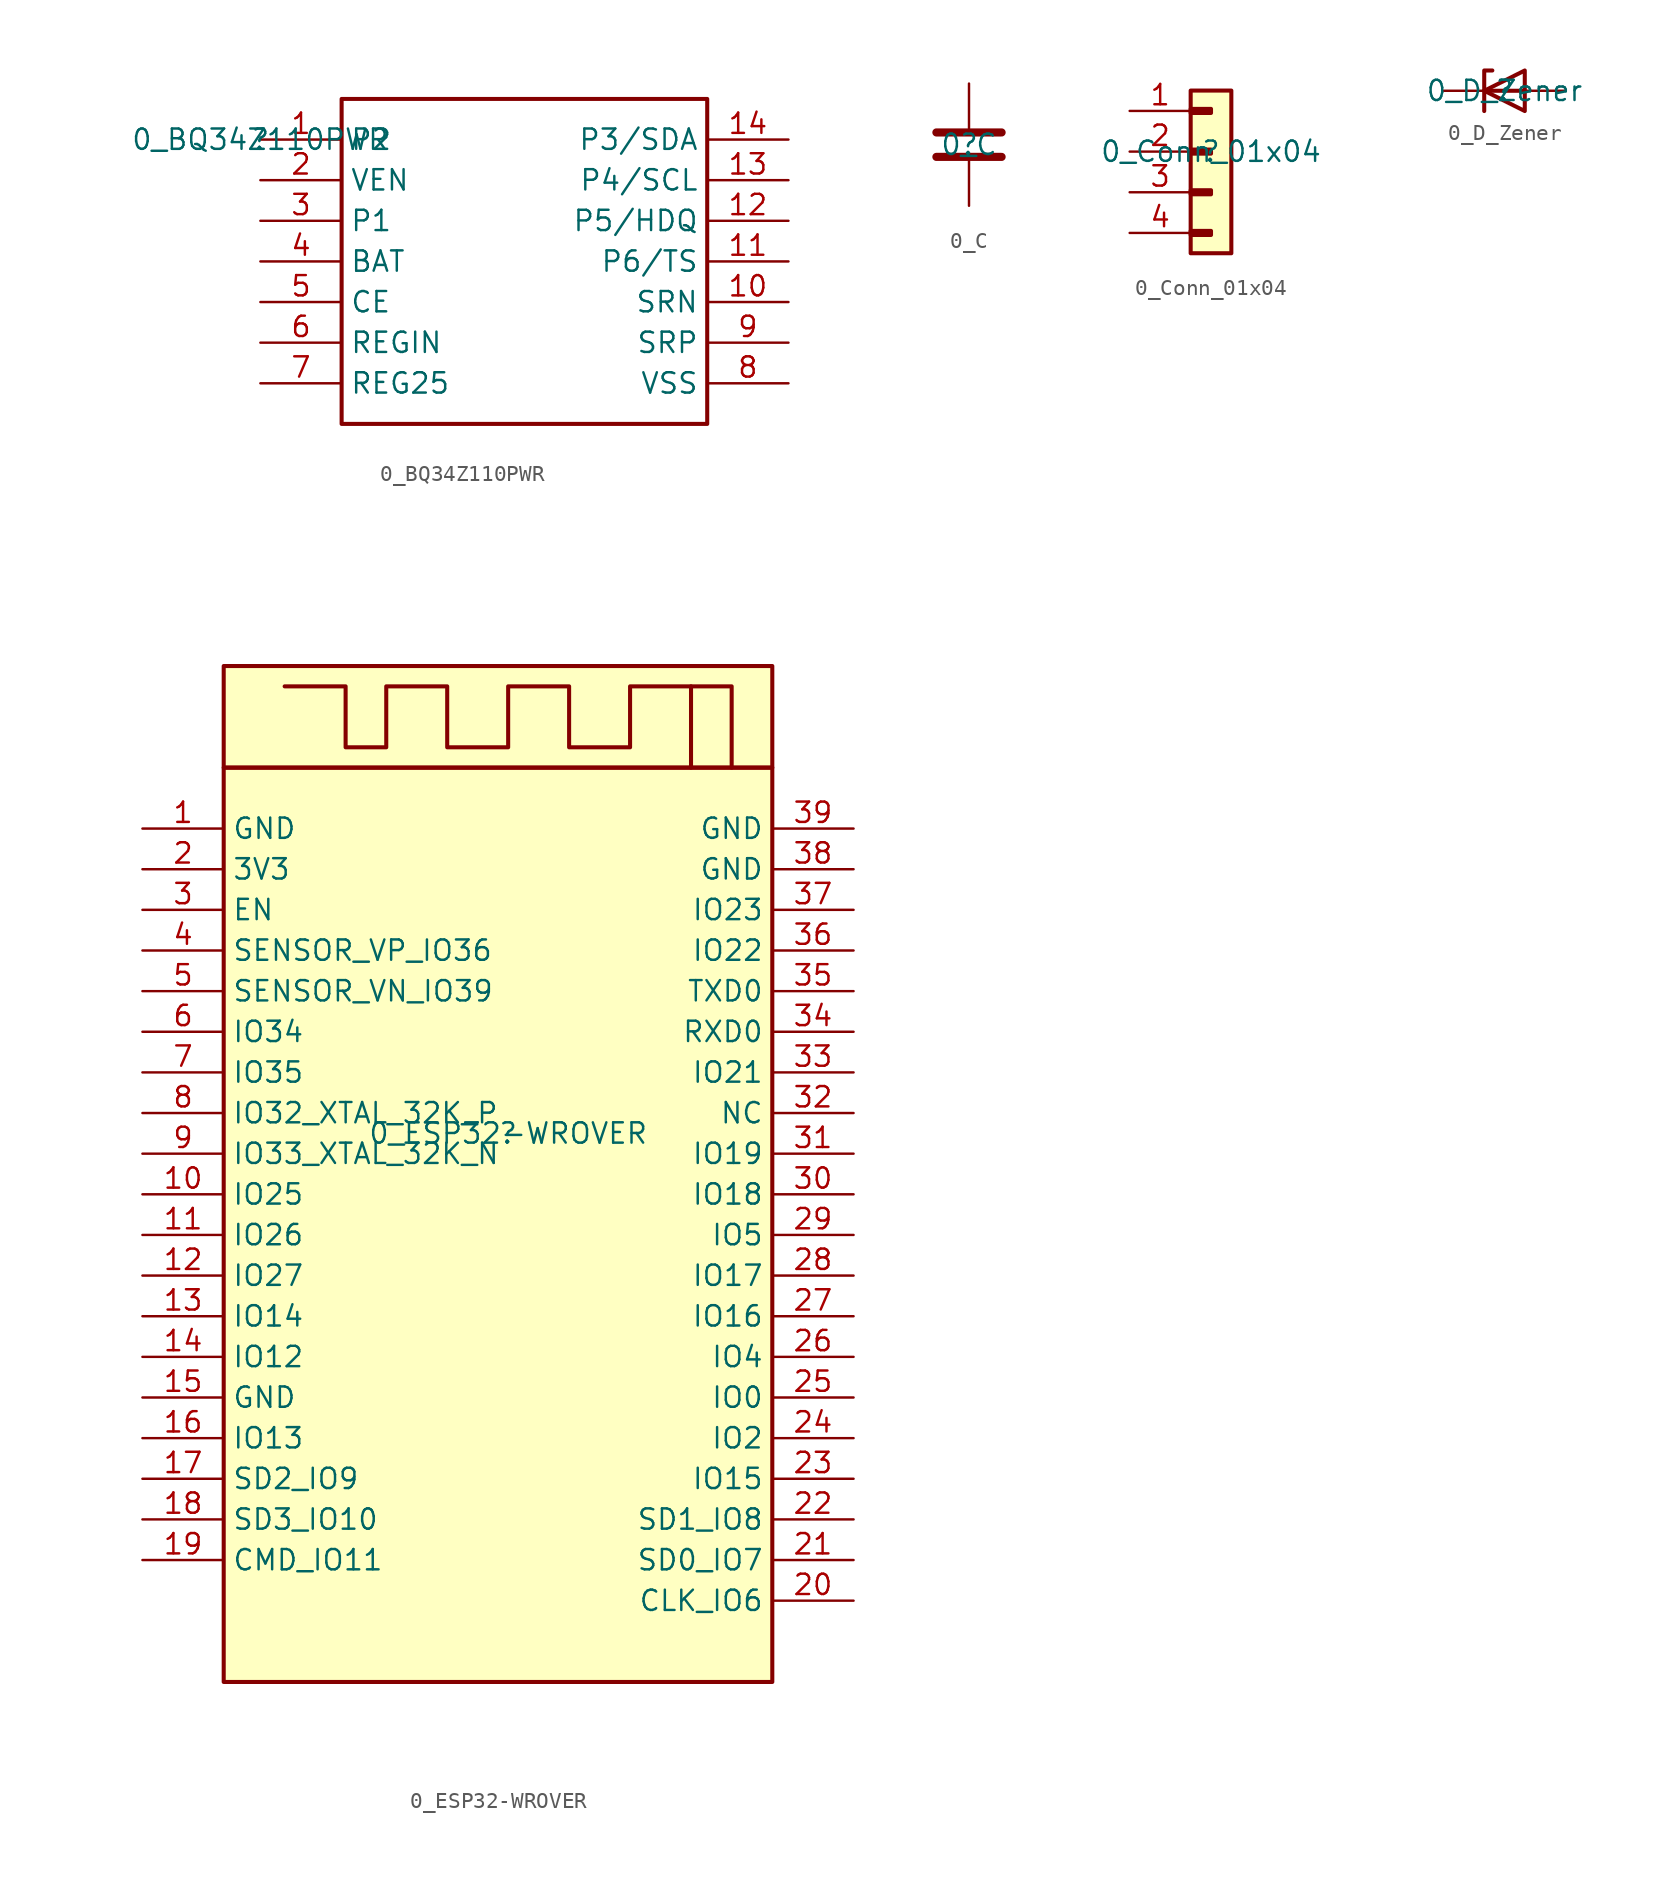
<source format=kicad_sym>
(kicad_symbol_lib
  (version 20211014)
  (generator kicad_symbol_editor)
  (symbol "0_BQ34Z110PWR"
    (property "Reference" ""
      (at 0 0 0)
      (effects (font (size 1.27 1.27))))
    (property "Value" "0_BQ34Z110PWR"
      (at 0 0 0)
      (effects (font (size 1.27 1.27))))
    (symbol "0_BQ34Z110PWR_1_0"
      (polyline (pts (xy 5.08 2.54) (xy 27.94 2.54) (xy 27.94 -17.78) (xy 5.08 -17.78) (xy 5.08 2.54)) (stroke (width 0.254) (type default) (color 0 0 0 0)) (fill (type none)))
      (pin passive line (at 0 0 0) (length 5.08) (name "P2" (effects (font (size 1.27 1.27)))) (number "1" (effects (font (size 1.27 1.27)))))
      (pin passive line (at 33.02 -10.16 180) (length 5.08) (name "SRN" (effects (font (size 1.27 1.27)))) (number "10" (effects (font (size 1.27 1.27)))))
      (pin passive line (at 33.02 -7.62 180) (length 5.08) (name "P6/TS" (effects (font (size 1.27 1.27)))) (number "11" (effects (font (size 1.27 1.27)))))
      (pin passive line (at 33.02 -5.08 180) (length 5.08) (name "P5/HDQ" (effects (font (size 1.27 1.27)))) (number "12" (effects (font (size 1.27 1.27)))))
      (pin passive line (at 33.02 -2.54 180) (length 5.08) (name "P4/SCL" (effects (font (size 1.27 1.27)))) (number "13" (effects (font (size 1.27 1.27)))))
      (pin passive line (at 33.02 0 180) (length 5.08) (name "P3/SDA" (effects (font (size 1.27 1.27)))) (number "14" (effects (font (size 1.27 1.27)))))
      (pin passive line (at 0 -2.54 0) (length 5.08) (name "VEN" (effects (font (size 1.27 1.27)))) (number "2" (effects (font (size 1.27 1.27)))))
      (pin passive line (at 0 -5.08 0) (length 5.08) (name "P1" (effects (font (size 1.27 1.27)))) (number "3" (effects (font (size 1.27 1.27)))))
      (pin passive line (at 0 -7.62 0) (length 5.08) (name "BAT" (effects (font (size 1.27 1.27)))) (number "4" (effects (font (size 1.27 1.27)))))
      (pin passive line (at 0 -10.16 0) (length 5.08) (name "CE" (effects (font (size 1.27 1.27)))) (number "5" (effects (font (size 1.27 1.27)))))
      (pin passive line (at 0 -12.7 0) (length 5.08) (name "REGIN" (effects (font (size 1.27 1.27)))) (number "6" (effects (font (size 1.27 1.27)))))
      (pin passive line (at 0 -15.24 0) (length 5.08) (name "REG25" (effects (font (size 1.27 1.27)))) (number "7" (effects (font (size 1.27 1.27)))))
      (pin passive line (at 33.02 -15.24 180) (length 5.08) (name "VSS" (effects (font (size 1.27 1.27)))) (number "8" (effects (font (size 1.27 1.27)))))
      (pin passive line (at 33.02 -12.7 180) (length 5.08) (name "SRP" (effects (font (size 1.27 1.27)))) (number "9" (effects (font (size 1.27 1.27)))))))
  (symbol "0_C"
    (property "Reference" ""
      (at 0 0 0)
      (effects (font (size 1.27 1.27))))
    (property "Value" "0_C"
      (at 0 0 0)
      (effects (font (size 1.27 1.27))))
    (symbol "0_C_1_0"
      (polyline (pts (xy -2.032 -0.762) (xy 2.032 -0.762)) (stroke (width 0.508) (type default) (color 0 0 0 0)) (fill (type none)))
      (polyline (pts (xy -2.032 0.762) (xy 2.032 0.762)) (stroke (width 0.508) (type default) (color 0 0 0 0)) (fill (type none)))
      (pin passive line (at 0 3.81 270) (length 2.794) (name "1" (effects (font (size 0 0)))) (number "1" (effects (font (size 0 0)))))
      (pin passive line (at 0 -3.81 90) (length 2.794) (name "2" (effects (font (size 0 0)))) (number "2" (effects (font (size 0 0)))))))
  (symbol "0_Conn_01x04"
    (property "Reference" ""
      (at 0 0 0)
      (effects (font (size 1.27 1.27))))
    (property "Value" "0_Conn_01x04"
      (at 0 0 0)
      (effects (font (size 1.27 1.27))))
    (symbol "0_Conn_01x04_1_0"
      (rectangle (start 0 -4.953) (end -1.27 -5.207) (stroke (width 0.254) (type default) (color 0 0 0 0)) (fill (type none)))
      (rectangle (start 0 -2.413) (end -1.27 -2.667) (stroke (width 0.254) (type default) (color 0 0 0 0)) (fill (type none)))
      (rectangle (start 0 0.127) (end -1.27 -0.127) (stroke (width 0.254) (type default) (color 0 0 0 0)) (fill (type none)))
      (rectangle (start 0 2.667) (end -1.27 2.413) (stroke (width 0.254) (type default) (color 0 0 0 0)) (fill (type none)))
      (rectangle (start 1.27 3.81) (end -1.27 -6.35) (stroke (width 0.254) (type default) (color 0 0 0 0)) (fill (type background)))
      (pin passive line (at -5.08 2.54 0) (length 3.81) (name "Pin_1" (effects (font (size 0 0)))) (number "1" (effects (font (size 1.27 1.27)))))
      (pin passive line (at -5.08 0 0) (length 3.81) (name "Pin_2" (effects (font (size 0 0)))) (number "2" (effects (font (size 1.27 1.27)))))
      (pin passive line (at -5.08 -2.54 0) (length 3.81) (name "Pin_3" (effects (font (size 0 0)))) (number "3" (effects (font (size 1.27 1.27)))))
      (pin passive line (at -5.08 -5.08 0) (length 3.81) (name "Pin_4" (effects (font (size 0 0)))) (number "4" (effects (font (size 1.27 1.27)))))))
  (symbol "0_D_Zener"
    (property "Reference" ""
      (at 0 0 0)
      (effects (font (size 1.27 1.27))))
    (property "Value" "0_D_Zener"
      (at 0 0 0)
      (effects (font (size 1.27 1.27))))
    (symbol "0_D_Zener_1_0"
      (polyline (pts (xy 1.27 0) (xy -1.27 0)) (stroke (width 0.254) (type default) (color 0 0 0 0)) (fill (type none)))
      (polyline (pts (xy -1.27 -1.27) (xy -1.27 1.27) (xy -0.762 1.27)) (stroke (width 0.254) (type default) (color 0 0 0 0)) (fill (type none)))
      (polyline (pts (xy 1.27 -1.27) (xy 1.27 1.27) (xy -1.27 0) (xy 1.27 -1.27)) (stroke (width 0.254) (type default) (color 0 0 0 0)) (fill (type none)))
      (pin passive line (at 3.81 0 180) (length 2.54) (name "A" (effects (font (size 0 0)))) (number "A" (effects (font (size 0 0)))))
      (pin passive line (at -3.81 0 0) (length 2.54) (name "K" (effects (font (size 0 0)))) (number "K" (effects (font (size 0 0)))))))
  (symbol "0_ESP32-WROVER"
    (property "Reference" ""
      (at 0 0 0)
      (effects (font (size 1.27 1.27))))
    (property "Value" "0_ESP32-WROVER"
      (at 0 0 0)
      (effects (font (size 1.27 1.27))))
    (symbol "0_ESP32-WROVER_1_0"
      (polyline (pts (xy 11.43 27.94) (xy 13.97 27.94) (xy 13.97 22.86)) (stroke (width 0.254) (type default) (color 0 0 0 0)) (fill (type none)))
      (polyline (pts (xy -13.97 27.94) (xy -10.16 27.94) (xy -10.16 24.13) (xy -7.62 24.13) (xy -7.62 27.94) (xy -3.81 27.94) (xy -3.81 24.13) (xy 0 24.13) (xy 0 27.94) (xy 3.81 27.94) (xy 3.81 24.13) (xy 7.62 24.13) (xy 7.62 27.94) (xy 11.43 27.94) (xy 11.43 22.86)) (stroke (width 0.254) (type default) (color 0 0 0 0)) (fill (type none)))
      (rectangle (start 16.51 22.86) (end -17.78 -34.29) (stroke (width 0.254) (type default) (color 0 0 0 0)) (fill (type background)))
      (rectangle (start 16.51 29.21) (end -17.78 22.86) (stroke (width 0.254) (type default) (color 0 0 0 0)) (fill (type background)))
      (pin passive line (at -22.86 19.05 0) (length 5.08) (name "GND" (effects (font (size 1.27 1.27)))) (number "1" (effects (font (size 1.27 1.27)))))
      (pin passive line (at -22.86 -3.81 0) (length 5.08) (name "IO25" (effects (font (size 1.27 1.27)))) (number "10" (effects (font (size 1.27 1.27)))))
      (pin passive line (at -22.86 -6.35 0) (length 5.08) (name "IO26" (effects (font (size 1.27 1.27)))) (number "11" (effects (font (size 1.27 1.27)))))
      (pin passive line (at -22.86 -8.89 0) (length 5.08) (name "IO27" (effects (font (size 1.27 1.27)))) (number "12" (effects (font (size 1.27 1.27)))))
      (pin passive line (at -22.86 -11.43 0) (length 5.08) (name "IO14" (effects (font (size 1.27 1.27)))) (number "13" (effects (font (size 1.27 1.27)))))
      (pin passive line (at -22.86 -13.97 0) (length 5.08) (name "IO12" (effects (font (size 1.27 1.27)))) (number "14" (effects (font (size 1.27 1.27)))))
      (pin passive line (at -22.86 -16.51 0) (length 5.08) (name "GND" (effects (font (size 1.27 1.27)))) (number "15" (effects (font (size 1.27 1.27)))))
      (pin passive line (at -22.86 -19.05 0) (length 5.08) (name "IO13" (effects (font (size 1.27 1.27)))) (number "16" (effects (font (size 1.27 1.27)))))
      (pin passive line (at -22.86 -21.59 0) (length 5.08) (name "SD2_IO9" (effects (font (size 1.27 1.27)))) (number "17" (effects (font (size 1.27 1.27)))))
      (pin passive line (at -22.86 -24.13 0) (length 5.08) (name "SD3_IO10" (effects (font (size 1.27 1.27)))) (number "18" (effects (font (size 1.27 1.27)))))
      (pin passive line (at -22.86 -26.67 0) (length 5.08) (name "CMD_IO11" (effects (font (size 1.27 1.27)))) (number "19" (effects (font (size 1.27 1.27)))))
      (pin passive line (at -22.86 16.51 0) (length 5.08) (name "3V3" (effects (font (size 1.27 1.27)))) (number "2" (effects (font (size 1.27 1.27)))))
      (pin passive line (at 21.59 -29.21 180) (length 5.08) (name "CLK_IO6" (effects (font (size 1.27 1.27)))) (number "20" (effects (font (size 1.27 1.27)))))
      (pin passive line (at 21.59 -26.67 180) (length 5.08) (name "SD0_IO7" (effects (font (size 1.27 1.27)))) (number "21" (effects (font (size 1.27 1.27)))))
      (pin passive line (at 21.59 -24.13 180) (length 5.08) (name "SD1_IO8" (effects (font (size 1.27 1.27)))) (number "22" (effects (font (size 1.27 1.27)))))
      (pin passive line (at 21.59 -21.59 180) (length 5.08) (name "IO15" (effects (font (size 1.27 1.27)))) (number "23" (effects (font (size 1.27 1.27)))))
      (pin passive line (at 21.59 -19.05 180) (length 5.08) (name "IO2" (effects (font (size 1.27 1.27)))) (number "24" (effects (font (size 1.27 1.27)))))
      (pin passive line (at 21.59 -16.51 180) (length 5.08) (name "IO0" (effects (font (size 1.27 1.27)))) (number "25" (effects (font (size 1.27 1.27)))))
      (pin passive line (at 21.59 -13.97 180) (length 5.08) (name "IO4" (effects (font (size 1.27 1.27)))) (number "26" (effects (font (size 1.27 1.27)))))
      (pin passive line (at 21.59 -11.43 180) (length 5.08) (name "IO16" (effects (font (size 1.27 1.27)))) (number "27" (effects (font (size 1.27 1.27)))))
      (pin passive line (at 21.59 -8.89 180) (length 5.08) (name "IO17" (effects (font (size 1.27 1.27)))) (number "28" (effects (font (size 1.27 1.27)))))
      (pin passive line (at 21.59 -6.35 180) (length 5.08) (name "IO5" (effects (font (size 1.27 1.27)))) (number "29" (effects (font (size 1.27 1.27)))))
      (pin passive line (at -22.86 13.97 0) (length 5.08) (name "EN" (effects (font (size 1.27 1.27)))) (number "3" (effects (font (size 1.27 1.27)))))
      (pin passive line (at 21.59 -3.81 180) (length 5.08) (name "IO18" (effects (font (size 1.27 1.27)))) (number "30" (effects (font (size 1.27 1.27)))))
      (pin passive line (at 21.59 -1.27 180) (length 5.08) (name "IO19" (effects (font (size 1.27 1.27)))) (number "31" (effects (font (size 1.27 1.27)))))
      (pin passive line (at 21.59 1.27 180) (length 5.08) (name "NC" (effects (font (size 1.27 1.27)))) (number "32" (effects (font (size 1.27 1.27)))))
      (pin passive line (at 21.59 3.81 180) (length 5.08) (name "IO21" (effects (font (size 1.27 1.27)))) (number "33" (effects (font (size 1.27 1.27)))))
      (pin passive line (at 21.59 6.35 180) (length 5.08) (name "RXD0" (effects (font (size 1.27 1.27)))) (number "34" (effects (font (size 1.27 1.27)))))
      (pin passive line (at 21.59 8.89 180) (length 5.08) (name "TXD0" (effects (font (size 1.27 1.27)))) (number "35" (effects (font (size 1.27 1.27)))))
      (pin passive line (at 21.59 11.43 180) (length 5.08) (name "IO22" (effects (font (size 1.27 1.27)))) (number "36" (effects (font (size 1.27 1.27)))))
      (pin passive line (at 21.59 13.97 180) (length 5.08) (name "IO23" (effects (font (size 1.27 1.27)))) (number "37" (effects (font (size 1.27 1.27)))))
      (pin passive line (at 21.59 16.51 180) (length 5.08) (name "GND" (effects (font (size 1.27 1.27)))) (number "38" (effects (font (size 1.27 1.27)))))
      (pin passive line (at 21.59 19.05 180) (length 5.08) (name "GND" (effects (font (size 1.27 1.27)))) (number "39" (effects (font (size 1.27 1.27)))))
      (pin passive line (at -22.86 11.43 0) (length 5.08) (name "SENSOR_VP_IO36" (effects (font (size 1.27 1.27)))) (number "4" (effects (font (size 1.27 1.27)))))
      (pin passive line (at -22.86 8.89 0) (length 5.08) (name "SENSOR_VN_IO39" (effects (font (size 1.27 1.27)))) (number "5" (effects (font (size 1.27 1.27)))))
      (pin passive line (at -22.86 6.35 0) (length 5.08) (name "IO34" (effects (font (size 1.27 1.27)))) (number "6" (effects (font (size 1.27 1.27)))))
      (pin passive line (at -22.86 3.81 0) (length 5.08) (name "IO35" (effects (font (size 1.27 1.27)))) (number "7" (effects (font (size 1.27 1.27)))))
      (pin passive line (at -22.86 1.27 0) (length 5.08) (name "IO32_XTAL_32K_P" (effects (font (size 1.27 1.27)))) (number "8" (effects (font (size 1.27 1.27)))))
      (pin passive line (at -22.86 -1.27 0) (length 5.08) (name "IO33_XTAL_32K_N" (effects (font (size 1.27 1.27)))) (number "9" (effects (font (size 1.27 1.27))))))))
</source>
